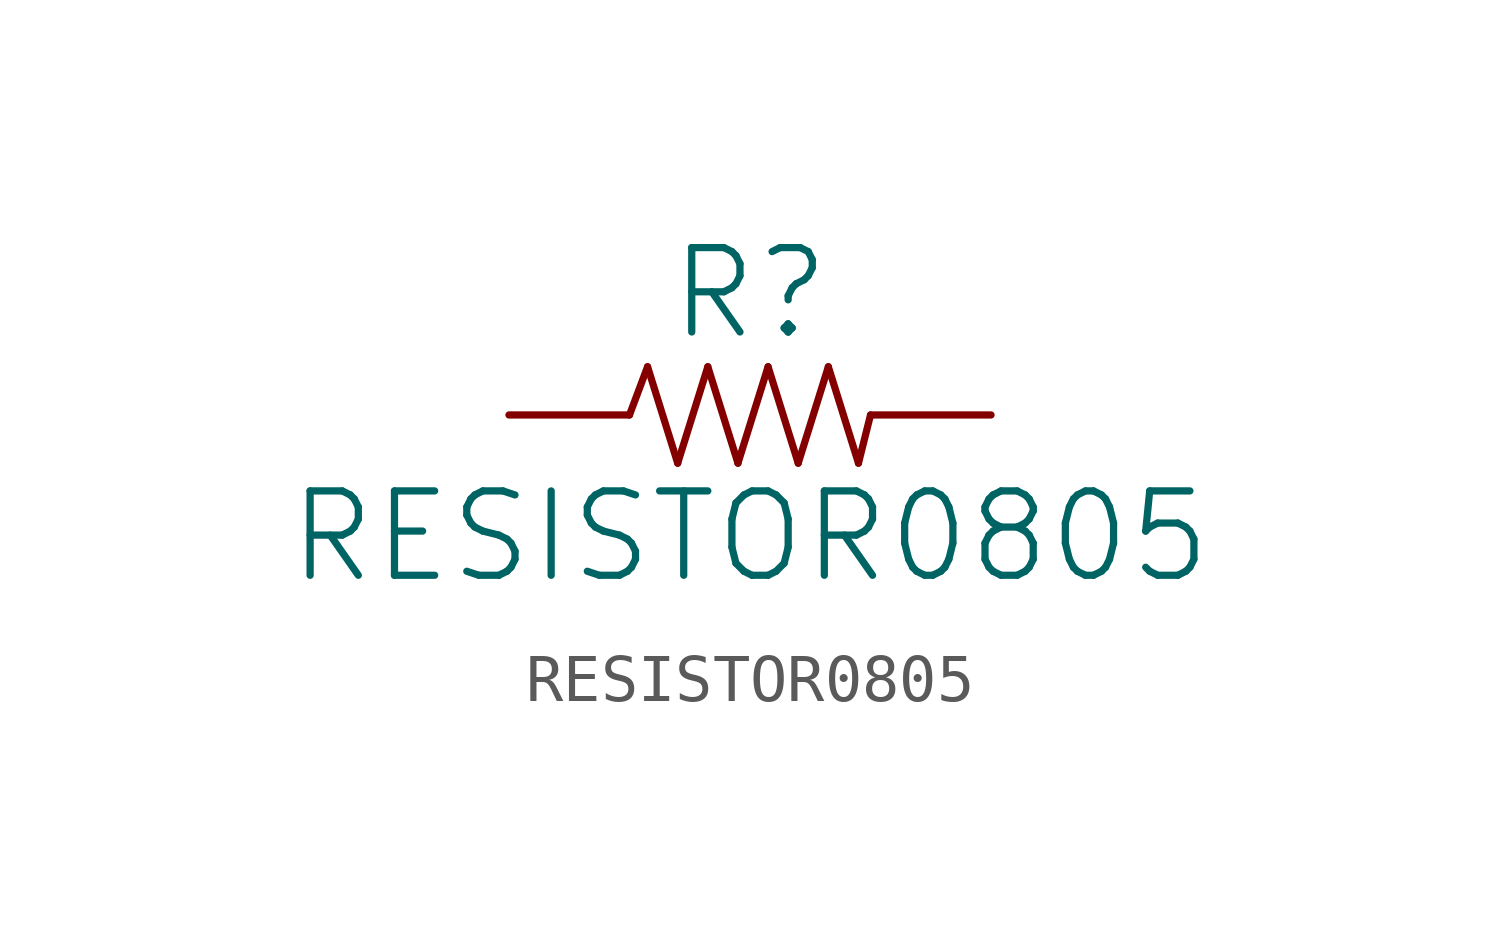
<source format=kicad_sym>
(kicad_symbol_lib
  (version 20211014)
  (generator kicad_symbol_editor)
  (symbol "RESISTOR0805"
    (property "Reference" "R"
      (at 0 1.524 0)
      (effects (font (size 1.778 1.778)) (justify bottom)))
    (property "Value" "RESISTOR0805"
      (at 0 -1.524 0)
      (effects (font (size 1.778 1.778)) (justify top)))
    (property "ki_locked" ""
      (at 0 0 0)
      (effects (font (size 1.27 1.27))))
    (symbol "RESISTOR0805_1_0"
      (polyline (pts (xy -2.54 0) (xy -2.159 1.016)) (stroke (width 0.152) (type default) (color 0 0 0 0)) (fill (type none)))
      (polyline (pts (xy -2.159 1.016) (xy -1.524 -1.016)) (stroke (width 0.152) (type default) (color 0 0 0 0)) (fill (type none)))
      (polyline (pts (xy -1.524 -1.016) (xy -0.889 1.016)) (stroke (width 0.152) (type default) (color 0 0 0 0)) (fill (type none)))
      (polyline (pts (xy -0.889 1.016) (xy -0.254 -1.016)) (stroke (width 0.152) (type default) (color 0 0 0 0)) (fill (type none)))
      (polyline (pts (xy -0.254 -1.016) (xy 0.381 1.016)) (stroke (width 0.152) (type default) (color 0 0 0 0)) (fill (type none)))
      (polyline (pts (xy 0.381 1.016) (xy 1.016 -1.016)) (stroke (width 0.152) (type default) (color 0 0 0 0)) (fill (type none)))
      (polyline (pts (xy 1.016 -1.016) (xy 1.651 1.016)) (stroke (width 0.152) (type default) (color 0 0 0 0)) (fill (type none)))
      (polyline (pts (xy 1.651 1.016) (xy 2.286 -1.016)) (stroke (width 0.152) (type default) (color 0 0 0 0)) (fill (type none)))
      (polyline (pts (xy 2.286 -1.016) (xy 2.54 0)) (stroke (width 0.152) (type default) (color 0 0 0 0)) (fill (type none)))
      (pin passive line (at -5.08 0 0) (length 2.54) (name "1" (effects (font (size 0 0)))) (number "1" (effects (font (size 0 0)))))
      (pin passive line (at 5.08 0 180) (length 2.54) (name "2" (effects (font (size 0 0)))) (number "2" (effects (font (size 0 0))))))))
</source>
